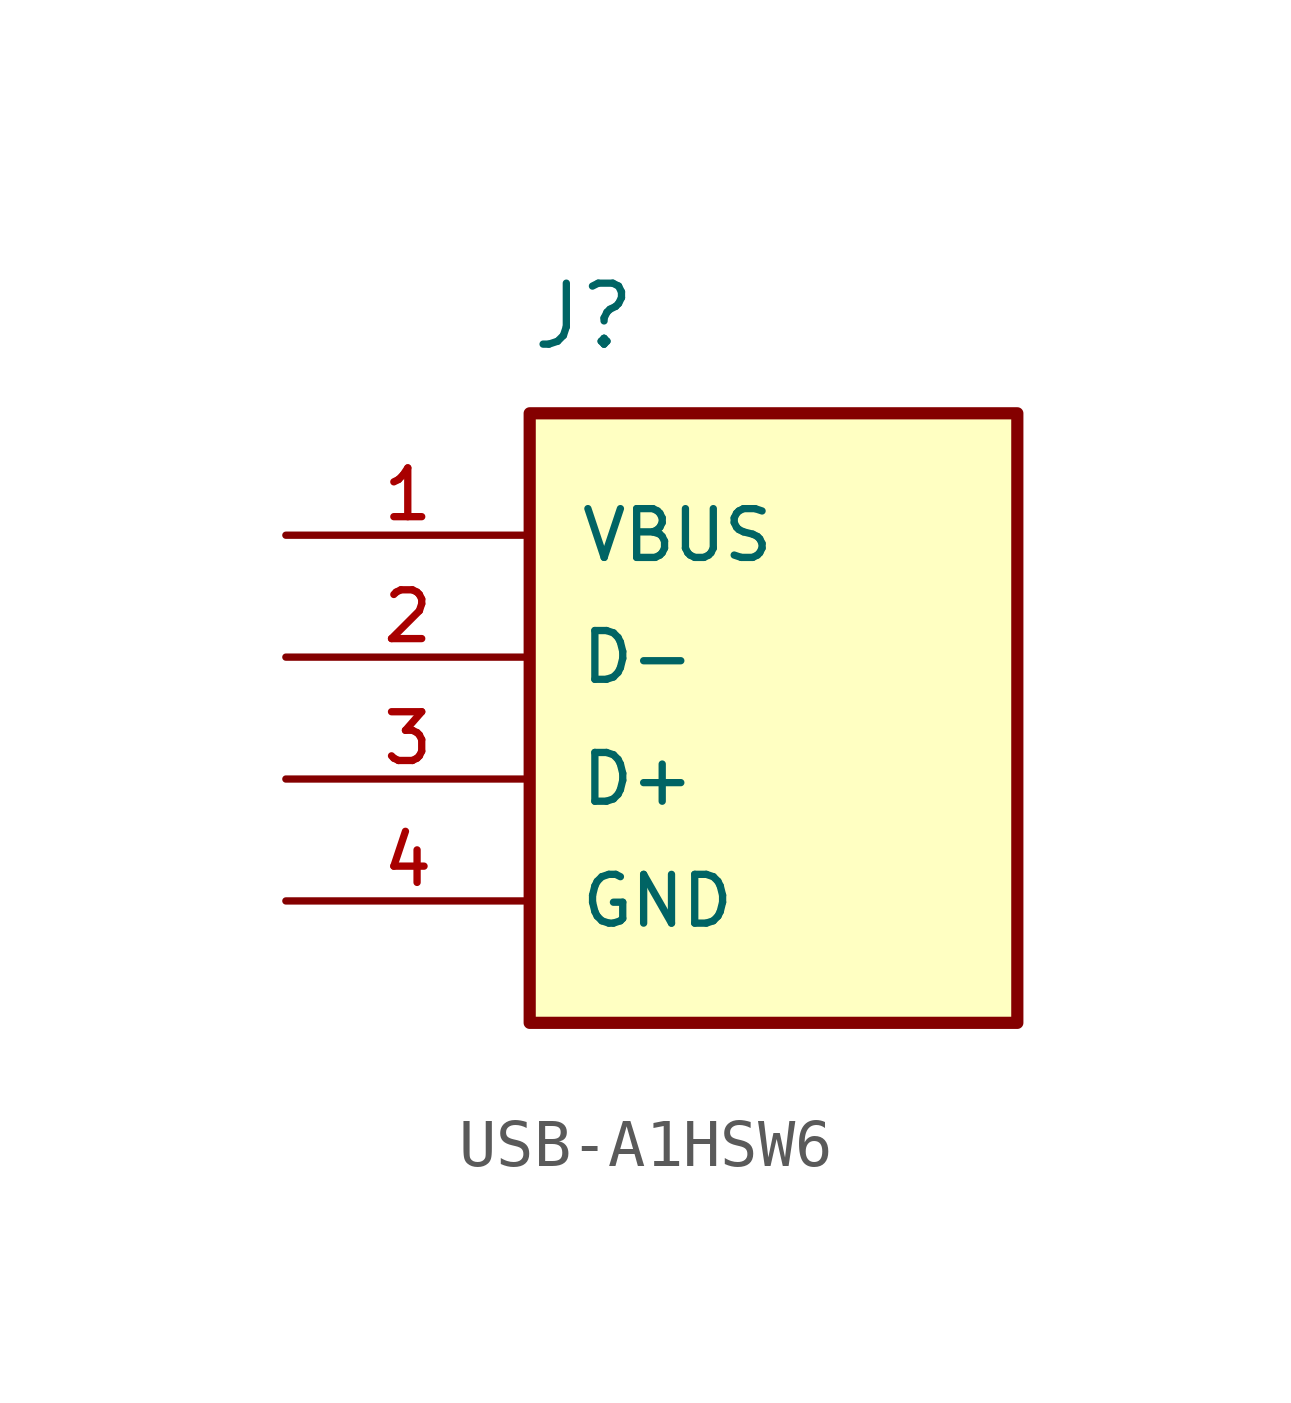
<source format=kicad_sym>
(kicad_symbol_lib
  (version 20211014)
  (generator kicad_symbol_editor)
  (symbol "USB-A1HSW6"
    (pin_names
      (offset 1.016))
    (property "Reference" "J"
      (at -5.082 8.898 0)
      (effects (font (size 1.27 1.27)) (justify bottom left)))
    (symbol "USB-A1HSW6_0_0"
      (rectangle (start -5.08 -5.08) (end 5.08 7.62) (stroke (width 0.254)) (fill (type background)))
      (pin power_in line (at -10.16 5.08 0) (length 5.08) (name "VBUS" (effects (font (size 1.016 1.016)))) (number "1" (effects (font (size 1.016 1.016)))))
      (pin bidirectional line (at -10.16 2.54 0) (length 5.08) (name "D-" (effects (font (size 1.016 1.016)))) (number "2" (effects (font (size 1.016 1.016)))))
      (pin bidirectional line (at -10.16 0.0 0) (length 5.08) (name "D+" (effects (font (size 1.016 1.016)))) (number "3" (effects (font (size 1.016 1.016)))))
      (pin power_in line (at -10.16 -2.54 0) (length 5.08) (name "GND" (effects (font (size 1.016 1.016)))) (number "4" (effects (font (size 1.016 1.016))))))))
</source>
